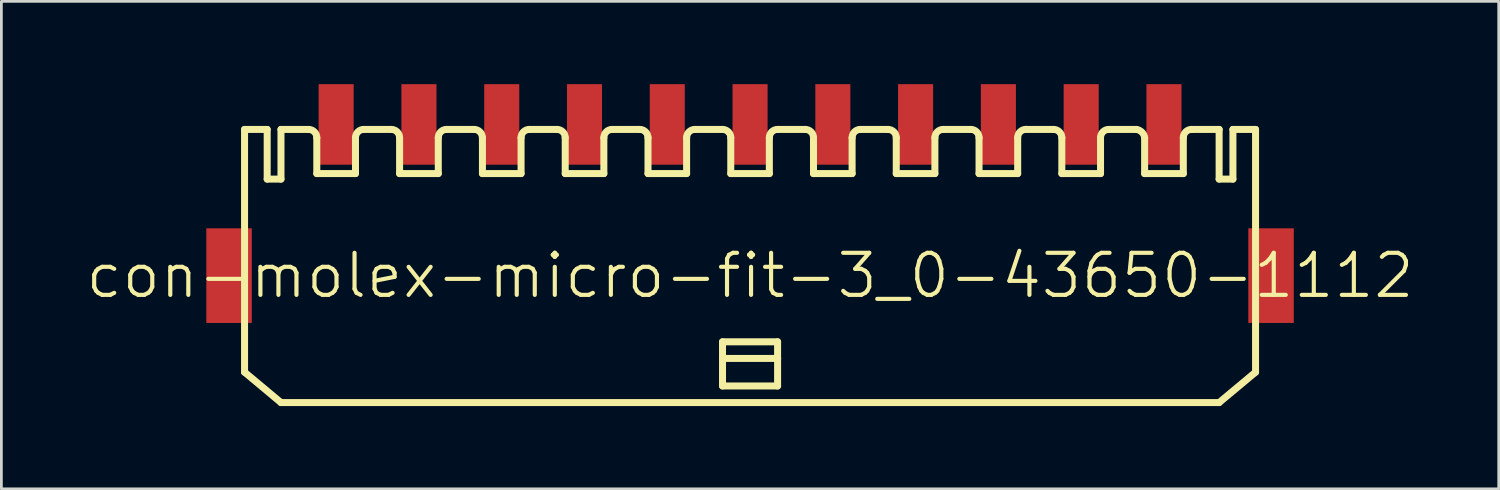
<source format=kicad_pcb>
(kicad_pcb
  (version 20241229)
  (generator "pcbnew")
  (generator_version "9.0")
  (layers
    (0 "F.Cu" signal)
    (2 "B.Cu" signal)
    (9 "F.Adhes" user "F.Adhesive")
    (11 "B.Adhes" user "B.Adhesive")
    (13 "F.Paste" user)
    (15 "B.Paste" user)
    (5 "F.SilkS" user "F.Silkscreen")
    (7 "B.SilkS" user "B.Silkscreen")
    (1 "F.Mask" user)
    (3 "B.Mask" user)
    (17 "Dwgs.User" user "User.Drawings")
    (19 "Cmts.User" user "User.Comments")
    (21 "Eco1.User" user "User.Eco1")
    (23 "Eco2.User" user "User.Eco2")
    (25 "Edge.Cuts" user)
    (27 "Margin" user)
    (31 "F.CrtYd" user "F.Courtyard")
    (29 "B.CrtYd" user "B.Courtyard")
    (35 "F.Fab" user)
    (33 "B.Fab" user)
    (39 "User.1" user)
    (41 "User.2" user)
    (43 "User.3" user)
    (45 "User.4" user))
  (footprint "con-molex-micro-fit-3_0-43650-1112"
    (layer "F.Cu")
    (at 24.13 6.938)
    (property "Reference" "con-molex-micro-fit-3_0-43650-1112" (at 0 0 0) (layer "F.SilkS") (effects (font (size 1.524 1.524) (thickness 0.15))))
    (attr smd)
    (fp_line (start -18.318 -5.298) (end -17.498 -5.298) (stroke (width 0.254) (type solid)) (layer "F.SilkS"))
    (fp_line (start -18.318 3.498) (end -18.318 -5.298) (stroke (width 0.254) (type solid)) (layer "F.SilkS"))
    (fp_line (start -18.318 3.498) (end -16.998 4.6) (stroke (width 0.254) (type solid)) (layer "F.SilkS"))
    (fp_line (start -17.498 -5.298) (end -17.498 -3.498) (stroke (width 0.254) (type solid)) (layer "F.SilkS"))
    (fp_line (start -17.498 -3.498) (end -16.998 -3.498) (stroke (width 0.254) (type solid)) (layer "F.SilkS"))
    (fp_line (start -16.998 -5.298) (end -15.999 -5.298) (stroke (width 0.254) (type solid)) (layer "F.SilkS"))
    (fp_line (start -16.998 -3.498) (end -16.998 -5.298) (stroke (width 0.254) (type solid)) (layer "F.SilkS"))
    (fp_line (start -15.7 -3.698) (end -15.7 -4.999) (stroke (width 0.254) (type solid)) (layer "F.SilkS"))
    (fp_line (start -15.7 -3.698) (end -14.298 -3.698) (stroke (width 0.254) (type solid)) (layer "F.SilkS"))
    (fp_line (start -14.298 -3.698) (end -14.298 -4.999) (stroke (width 0.254) (type solid)) (layer "F.SilkS"))
    (fp_line (start -13.998 -5.298) (end -13 -5.298) (stroke (width 0.254) (type solid)) (layer "F.SilkS"))
    (fp_line (start -12.7 -3.698) (end -12.7 -4.999) (stroke (width 0.254) (type solid)) (layer "F.SilkS"))
    (fp_line (start -12.7 -3.698) (end -11.298 -3.698) (stroke (width 0.254) (type solid)) (layer "F.SilkS"))
    (fp_line (start -11.298 -3.698) (end -11.298 -4.999) (stroke (width 0.254) (type solid)) (layer "F.SilkS"))
    (fp_line (start -10.998 -5.298) (end -10 -5.298) (stroke (width 0.254) (type solid)) (layer "F.SilkS"))
    (fp_line (start -9.698 -3.698) (end -9.698 -4.999) (stroke (width 0.254) (type solid)) (layer "F.SilkS"))
    (fp_line (start -9.698 -3.698) (end -8.298 -3.698) (stroke (width 0.254) (type solid)) (layer "F.SilkS"))
    (fp_line (start -8.298 -3.698) (end -8.298 -4.999) (stroke (width 0.254) (type solid)) (layer "F.SilkS"))
    (fp_line (start -7.998 -5.298) (end -6.998 -5.298) (stroke (width 0.254) (type solid)) (layer "F.SilkS"))
    (fp_line (start -6.698 -3.698) (end -6.698 -4.999) (stroke (width 0.254) (type solid)) (layer "F.SilkS"))
    (fp_line (start -6.698 -3.698) (end -5.298 -3.698) (stroke (width 0.254) (type solid)) (layer "F.SilkS"))
    (fp_line (start -5.298 -3.698) (end -5.298 -4.999) (stroke (width 0.254) (type solid)) (layer "F.SilkS"))
    (fp_line (start -4.999 -5.298) (end -3.998 -5.298) (stroke (width 0.254) (type solid)) (layer "F.SilkS"))
    (fp_line (start -3.698 -3.698) (end -3.698 -4.999) (stroke (width 0.254) (type solid)) (layer "F.SilkS"))
    (fp_line (start -3.698 -3.698) (end -2.299 -3.698) (stroke (width 0.254) (type solid)) (layer "F.SilkS"))
    (fp_line (start -2.299 -3.698) (end -2.299 -4.999) (stroke (width 0.254) (type solid)) (layer "F.SilkS"))
    (fp_line (start -1.999 -5.298) (end -0.998 -5.298) (stroke (width 0.254) (type solid)) (layer "F.SilkS"))
    (fp_line (start -0.998 2.398) (end 0.998 2.398) (stroke (width 0.254) (type solid)) (layer "F.SilkS"))
    (fp_line (start -0.998 3) (end -0.998 2.398) (stroke (width 0.254) (type solid)) (layer "F.SilkS"))
    (fp_line (start -0.998 3) (end 0.998 3) (stroke (width 0.254) (type solid)) (layer "F.SilkS"))
    (fp_line (start -0.998 3.998) (end -0.998 3) (stroke (width 0.254) (type solid)) (layer "F.SilkS"))
    (fp_line (start -0.699 -3.698) (end -0.699 -4.999) (stroke (width 0.254) (type solid)) (layer "F.SilkS"))
    (fp_line (start -0.699 -3.698) (end 0.699 -3.698) (stroke (width 0.254) (type solid)) (layer "F.SilkS"))
    (fp_line (start 0.699 -3.698) (end 0.699 -4.999) (stroke (width 0.254) (type solid)) (layer "F.SilkS"))
    (fp_line (start 0.998 -5.298) (end 1.999 -5.298) (stroke (width 0.254) (type solid)) (layer "F.SilkS"))
    (fp_line (start 0.998 2.398) (end 0.998 3) (stroke (width 0.254) (type solid)) (layer "F.SilkS"))
    (fp_line (start 0.998 3) (end 0.998 3.998) (stroke (width 0.254) (type solid)) (layer "F.SilkS"))
    (fp_line (start 0.998 3.998) (end -0.998 3.998) (stroke (width 0.254) (type solid)) (layer "F.SilkS"))
    (fp_line (start 2.299 -3.698) (end 2.299 -4.999) (stroke (width 0.254) (type solid)) (layer "F.SilkS"))
    (fp_line (start 2.299 -3.698) (end 3.698 -3.698) (stroke (width 0.254) (type solid)) (layer "F.SilkS"))
    (fp_line (start 3.698 -3.698) (end 3.698 -4.999) (stroke (width 0.254) (type solid)) (layer "F.SilkS"))
    (fp_line (start 3.998 -5.298) (end 4.999 -5.298) (stroke (width 0.254) (type solid)) (layer "F.SilkS"))
    (fp_line (start 5.298 -3.698) (end 5.298 -4.999) (stroke (width 0.254) (type solid)) (layer "F.SilkS"))
    (fp_line (start 5.298 -3.698) (end 6.698 -3.698) (stroke (width 0.254) (type solid)) (layer "F.SilkS"))
    (fp_line (start 6.698 -3.698) (end 6.698 -4.999) (stroke (width 0.254) (type solid)) (layer "F.SilkS"))
    (fp_line (start 6.998 -5.298) (end 7.998 -5.298) (stroke (width 0.254) (type solid)) (layer "F.SilkS"))
    (fp_line (start 8.298 -3.698) (end 8.298 -4.999) (stroke (width 0.254) (type solid)) (layer "F.SilkS"))
    (fp_line (start 8.298 -3.698) (end 9.698 -3.698) (stroke (width 0.254) (type solid)) (layer "F.SilkS"))
    (fp_line (start 9.698 -3.698) (end 9.698 -4.999) (stroke (width 0.254) (type solid)) (layer "F.SilkS"))
    (fp_line (start 10 -5.298) (end 10.998 -5.298) (stroke (width 0.254) (type solid)) (layer "F.SilkS"))
    (fp_line (start 11.298 -3.698) (end 11.298 -4.999) (stroke (width 0.254) (type solid)) (layer "F.SilkS"))
    (fp_line (start 11.298 -3.698) (end 12.7 -3.698) (stroke (width 0.254) (type solid)) (layer "F.SilkS"))
    (fp_line (start 12.7 -3.698) (end 12.7 -4.999) (stroke (width 0.254) (type solid)) (layer "F.SilkS"))
    (fp_line (start 13 -5.298) (end 13.998 -5.298) (stroke (width 0.254) (type solid)) (layer "F.SilkS"))
    (fp_line (start 14.298 -4.999) (end 14.298 -3.698) (stroke (width 0.254) (type solid)) (layer "F.SilkS"))
    (fp_line (start 14.298 -3.698) (end 15.7 -3.698) (stroke (width 0.254) (type solid)) (layer "F.SilkS"))
    (fp_line (start 15.7 -3.698) (end 15.7 -4.999) (stroke (width 0.254) (type solid)) (layer "F.SilkS"))
    (fp_line (start 15.999 -5.298) (end 16.998 -5.298) (stroke (width 0.254) (type solid)) (layer "F.SilkS"))
    (fp_line (start 16.998 -3.498) (end 16.998 -5.298) (stroke (width 0.254) (type solid)) (layer "F.SilkS"))
    (fp_line (start 16.998 4.6) (end -16.998 4.6) (stroke (width 0.254) (type solid)) (layer "F.SilkS"))
    (fp_line (start 17.498 -5.298) (end 17.498 -3.498) (stroke (width 0.254) (type solid)) (layer "F.SilkS"))
    (fp_line (start 17.498 -5.298) (end 18.318 -5.298) (stroke (width 0.254) (type solid)) (layer "F.SilkS"))
    (fp_line (start 17.498 -3.498) (end 16.998 -3.498) (stroke (width 0.254) (type solid)) (layer "F.SilkS"))
    (fp_line (start 18.318 -5.298) (end 18.318 3.498) (stroke (width 0.254) (type solid)) (layer "F.SilkS"))
    (fp_line (start 18.318 3.498) (end 16.998 4.6) (stroke (width 0.254) (type solid)) (layer "F.SilkS"))
    (fp_arc (start -15.99946 -5.29844) (mid -15.787526 -5.210654) (end -15.69974 -4.99872) (stroke (width 0.254) (type solid)) (layer "F.SilkS"))
    (fp_arc (start -14.29766 -4.99872) (mid -14.209874 -5.210654) (end -13.99794 -5.29844) (stroke (width 0.254) (type solid)) (layer "F.SilkS"))
    (fp_arc (start -12.99972 -5.29844) (mid -12.787786 -5.210654) (end -12.7 -4.99872) (stroke (width 0.254) (type solid)) (layer "F.SilkS"))
    (fp_arc (start -11.29792 -4.99872) (mid -11.210134 -5.210654) (end -10.9982 -5.29844) (stroke (width 0.254) (type solid)) (layer "F.SilkS"))
    (fp_arc (start -9.99998 -5.29844) (mid -9.788046 -5.210654) (end -9.70026 -4.99872) (stroke (width 0.254) (type solid)) (layer "F.SilkS"))
    (fp_arc (start -8.29818 -4.99872) (mid -8.210394 -5.210654) (end -7.99846 -5.29844) (stroke (width 0.254) (type solid)) (layer "F.SilkS"))
    (fp_arc (start -6.9977 -5.29844) (mid -6.785766 -5.210654) (end -6.69798 -4.99872) (stroke (width 0.254) (type solid)) (layer "F.SilkS"))
    (fp_arc (start -5.29844 -4.99872) (mid -5.210654 -5.210654) (end -4.99872 -5.29844) (stroke (width 0.254) (type solid)) (layer "F.SilkS"))
    (fp_arc (start -3.99796 -5.29844) (mid -3.786026 -5.210654) (end -3.69824 -4.99872) (stroke (width 0.254) (type solid)) (layer "F.SilkS"))
    (fp_arc (start -2.2987 -4.99872) (mid -2.210914 -5.210654) (end -1.99898 -5.29844) (stroke (width 0.254) (type solid)) (layer "F.SilkS"))
    (fp_arc (start -0.99822 -5.29844) (mid -0.786286 -5.210654) (end -0.6985 -4.99872) (stroke (width 0.254) (type solid)) (layer "F.SilkS"))
    (fp_arc (start 0.6985 -4.99872) (mid 0.786286 -5.210654) (end 0.99822 -5.29844) (stroke (width 0.254) (type solid)) (layer "F.SilkS"))
    (fp_arc (start 1.99898 -5.29844) (mid 2.210914 -5.210654) (end 2.2987 -4.99872) (stroke (width 0.254) (type solid)) (layer "F.SilkS"))
    (fp_arc (start 3.69824 -4.99872) (mid 3.786026 -5.210654) (end 3.99796 -5.29844) (stroke (width 0.254) (type solid)) (layer "F.SilkS"))
    (fp_arc (start 4.99872 -5.29844) (mid 5.210654 -5.210654) (end 5.29844 -4.99872) (stroke (width 0.254) (type solid)) (layer "F.SilkS"))
    (fp_arc (start 6.69798 -4.99872) (mid 6.785766 -5.210654) (end 6.9977 -5.29844) (stroke (width 0.254) (type solid)) (layer "F.SilkS"))
    (fp_arc (start 7.99846 -5.29844) (mid 8.210394 -5.210654) (end 8.29818 -4.99872) (stroke (width 0.254) (type solid)) (layer "F.SilkS"))
    (fp_arc (start 9.69772 -4.99872) (mid 9.78625 -5.21245) (end 9.99998 -5.30098) (stroke (width 0.254) (type solid)) (layer "F.SilkS"))
    (fp_arc (start 10.9982 -5.29844) (mid 11.210134 -5.210654) (end 11.29792 -4.99872) (stroke (width 0.254) (type solid)) (layer "F.SilkS"))
    (fp_arc (start 12.7 -4.99872) (mid 12.787786 -5.210654) (end 12.99972 -5.29844) (stroke (width 0.254) (type solid)) (layer "F.SilkS"))
    (fp_arc (start 13.99794 -5.29844) (mid 14.198513 -5.199466) (end 14.299656 -4.999979) (stroke (width 0.254) (type solid)) (layer "F.SilkS"))
    (fp_arc (start 15.69974 -4.99872) (mid 15.787526 -5.210654) (end 15.99946 -5.29844) (stroke (width 0.254) (type solid)) (layer "F.SilkS"))
    (pad "P$1" smd rect (at 14.999 -5.479) (size 1.27 2.918) (layers "F.Cu" "F.Mask" "F.Paste"))
    (pad "P$2" smd rect (at 11.999 -5.479) (size 1.27 2.918) (layers "F.Cu" "F.Mask" "F.Paste"))
    (pad "P$3" smd rect (at 8.999 -5.479) (size 1.27 2.918) (layers "F.Cu" "F.Mask" "F.Paste"))
    (pad "P$4" smd rect (at 5.999 -5.479) (size 1.27 2.918) (layers "F.Cu" "F.Mask" "F.Paste"))
    (pad "P$5" smd rect (at 3 -5.479) (size 1.27 2.918) (layers "F.Cu" "F.Mask" "F.Paste"))
    (pad "P$6" smd rect (at 0 -5.479) (size 1.27 2.918) (layers "F.Cu" "F.Mask" "F.Paste"))
    (pad "P$7" smd rect (at -3 -5.479) (size 1.27 2.918) (layers "F.Cu" "F.Mask" "F.Paste"))
    (pad "P$8" smd rect (at -5.999 -5.479) (size 1.27 2.918) (layers "F.Cu" "F.Mask" "F.Paste"))
    (pad "P$9" smd rect (at -8.999 -5.479) (size 1.27 2.918) (layers "F.Cu" "F.Mask" "F.Paste"))
    (pad "P$10" smd rect (at -11.999 -5.479) (size 1.27 2.918) (layers "F.Cu" "F.Mask" "F.Paste"))
    (pad "P$11" smd rect (at -14.999 -5.479) (size 1.27 2.918) (layers "F.Cu" "F.Mask" "F.Paste"))
    (pad "TAB1" smd rect (at 18.88 0) (size 1.648 3.429) (layers "F.Cu" "F.Mask" "F.Paste"))
    (pad "TAB2" smd rect (at -18.88 0) (size 1.648 3.429) (layers "F.Cu" "F.Mask" "F.Paste")))
  (gr_rect
    (start -3 -3)
    (end 51.26 14.665)
    (stroke (width 0.1) (type default))
    (fill no)
    (layer "Edge.Cuts")))
</source>
